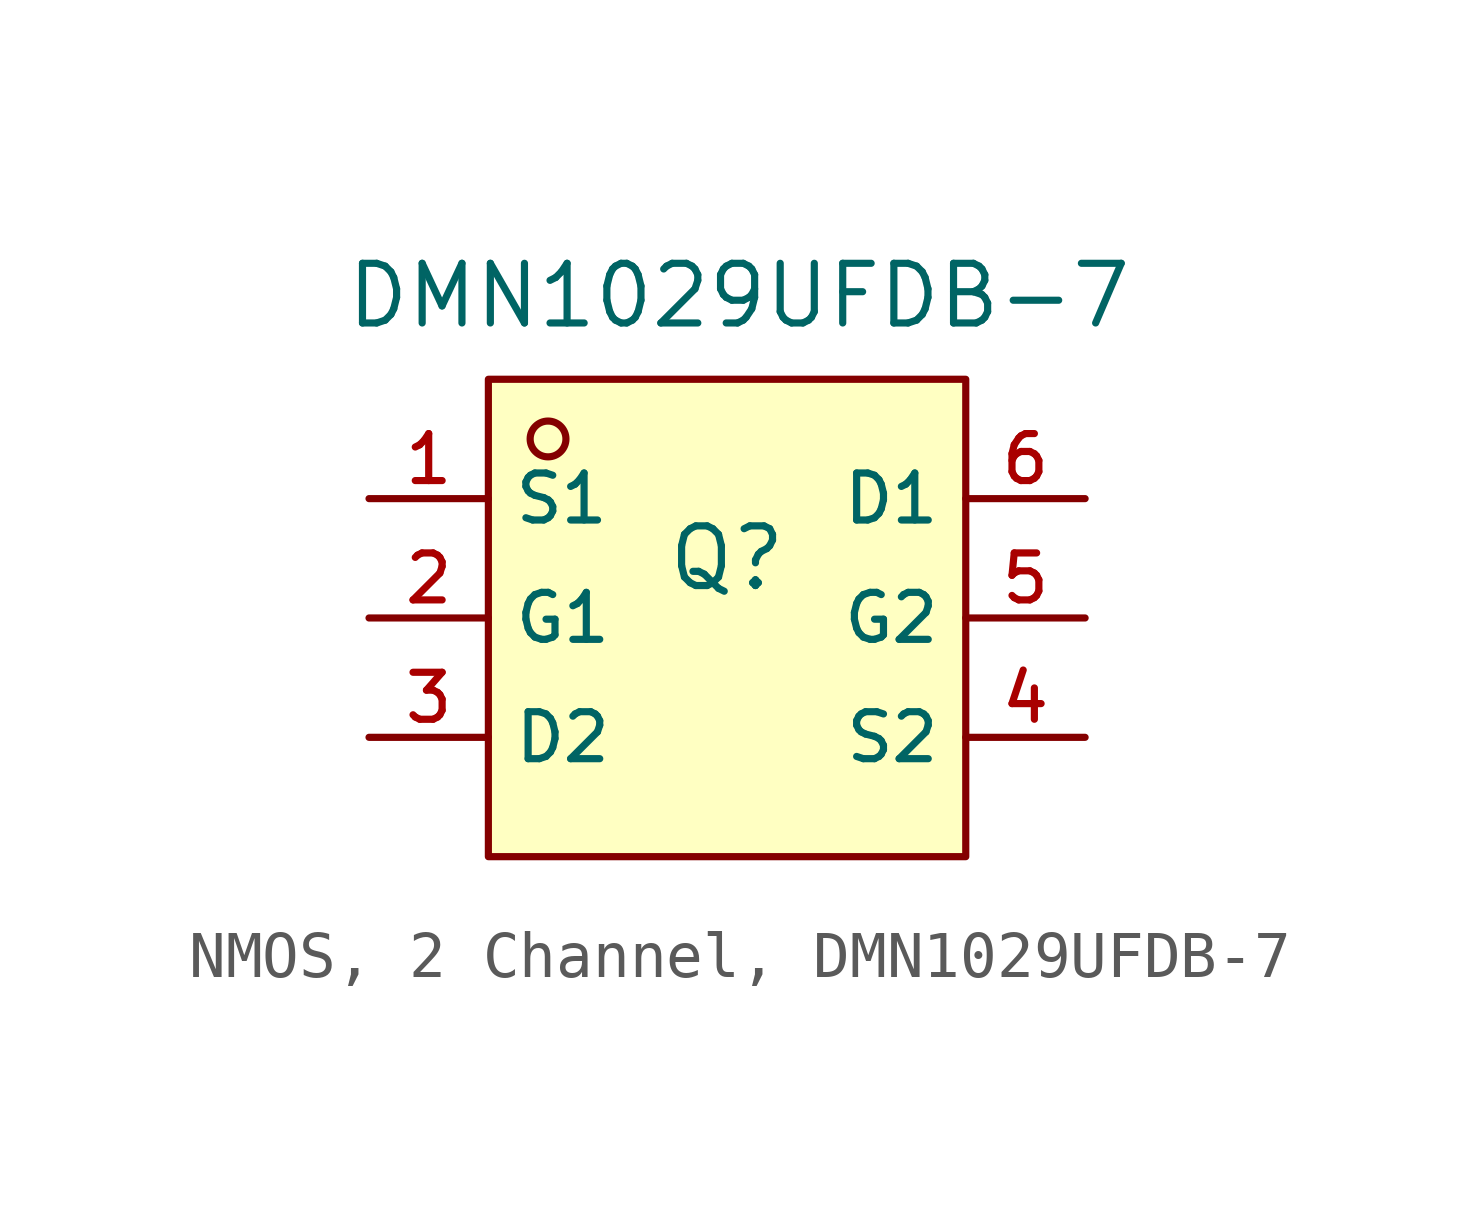
<source format=kicad_sym>
(kicad_symbol_lib
  (version 20231120)
  (generator "CDFER_Archive_Tool")
  (generator_version "0.0")
  (symbol "NMOS, 2 Channel, DMN1029UFDB-7"
    (property "Reference" "Q"
      (at 0 1.27 0)
      (effects (font (size 1.27 1.27))))
    (property "Value" "DMN1029UFDB-7"
      (at 0.254 6.858 0)
      (effects (font (size 1.27 1.27))))
    (symbol "NMOS, 2 Channel, DMN1029UFDB-7_0_1"
      (rectangle (start -5.08 5.08) (end 5.08 -5.08) (stroke (width 0) (type default)) (fill (type background)))
      (circle (center -3.81 3.81) (radius 0.381) (stroke (width 0) (type default)) (fill (type background)))
      (pin unspecified line (at -7.62 2.54 0) (length 2.54) (name "S1" (effects (font (size 1 1)))) (number "1" (effects (font (size 1 1)))))
      (pin unspecified line (at -7.62 0 0) (length 2.54) (name "G1" (effects (font (size 1 1)))) (number "2" (effects (font (size 1 1)))))
      (pin unspecified line (at -7.62 -2.54 0) (length 2.54) (name "D2" (effects (font (size 1 1)))) (number "3" (effects (font (size 1 1)))))
      (pin unspecified line (at 7.62 -2.54 180) (length 2.54) (name "S2" (effects (font (size 1 1)))) (number "4" (effects (font (size 1 1)))))
      (pin unspecified line (at 7.62 0 180) (length 2.54) (name "G2" (effects (font (size 1 1)))) (number "5" (effects (font (size 1 1)))))
      (pin unspecified line (at 7.62 2.54 180) (length 2.54) (name "D1" (effects (font (size 1 1)))) (number "6" (effects (font (size 1 1))))))))
</source>
